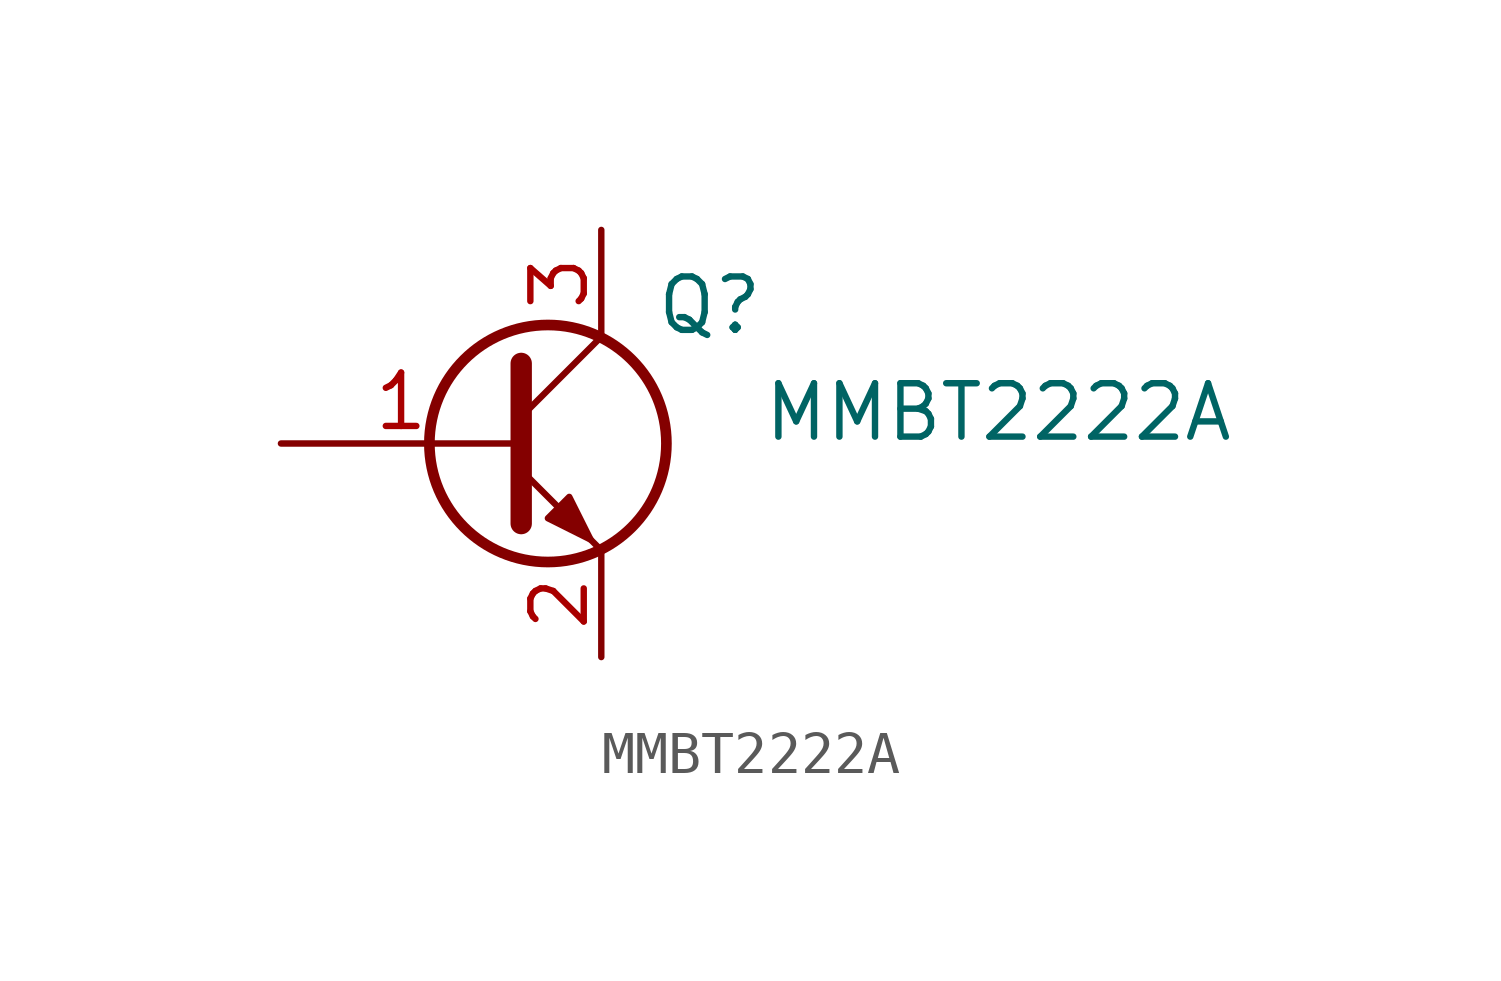
<source format=kicad_sym>
(kicad_symbol_lib
  (version 20220914)
  (generator kicad_symbol_editor)
  (symbol "MMBT2222A"
    (pin_names
      (offset 1.016))
    (property "Reference" "Q"
      (at 5.08 2.54 0)
      (effects (font (size 1.27 1.27)) (justify left bottom)))
    (property "Value" "MMBT2222A"
      (at 7.62 0 0)
      (effects (font (size 1.27 1.27)) (justify left bottom)))
    (symbol "MMBT2222A_0_1"
      (polyline (pts (xy 1.905 0.635) (xy 3.81 2.54)) (stroke (width 0) (type default)) (fill (type none)))
      (polyline (pts (xy 1.905 -0.635) (xy 3.81 -2.54) (xy 3.81 -2.54)) (stroke (width 0) (type default)) (fill (type none)))
      (polyline (pts (xy 1.905 1.905) (xy 1.905 -1.905) (xy 1.905 -1.905)) (stroke (width 0.508) (type default)) (fill (type none)))
      (polyline (pts (xy 2.54 -1.778) (xy 3.048 -1.27) (xy 3.556 -2.286) (xy 2.54 -1.778) (xy 2.54 -1.778)) (stroke (width 0) (type default)) (fill (type outline)))
      (circle (center 2.54 0) (radius 2.819) (stroke (width 0.254) (type default)) (fill (type none))))
    (symbol "MMBT2222A_1_1"
      (pin passive line (at -3.81 0 0) (length 5.715) (name "" (effects (font (size 1.27 1.27)))) (number "1" (effects (font (size 1.27 1.27)))))
      (pin passive line (at 3.81 -5.08 90) (length 2.54) (name "" (effects (font (size 1.27 1.27)))) (number "2" (effects (font (size 1.27 1.27)))))
      (pin passive line (at 3.81 5.08 270) (length 2.54) (name "" (effects (font (size 1.27 1.27)))) (number "3" (effects (font (size 1.27 1.27))))))))
</source>
